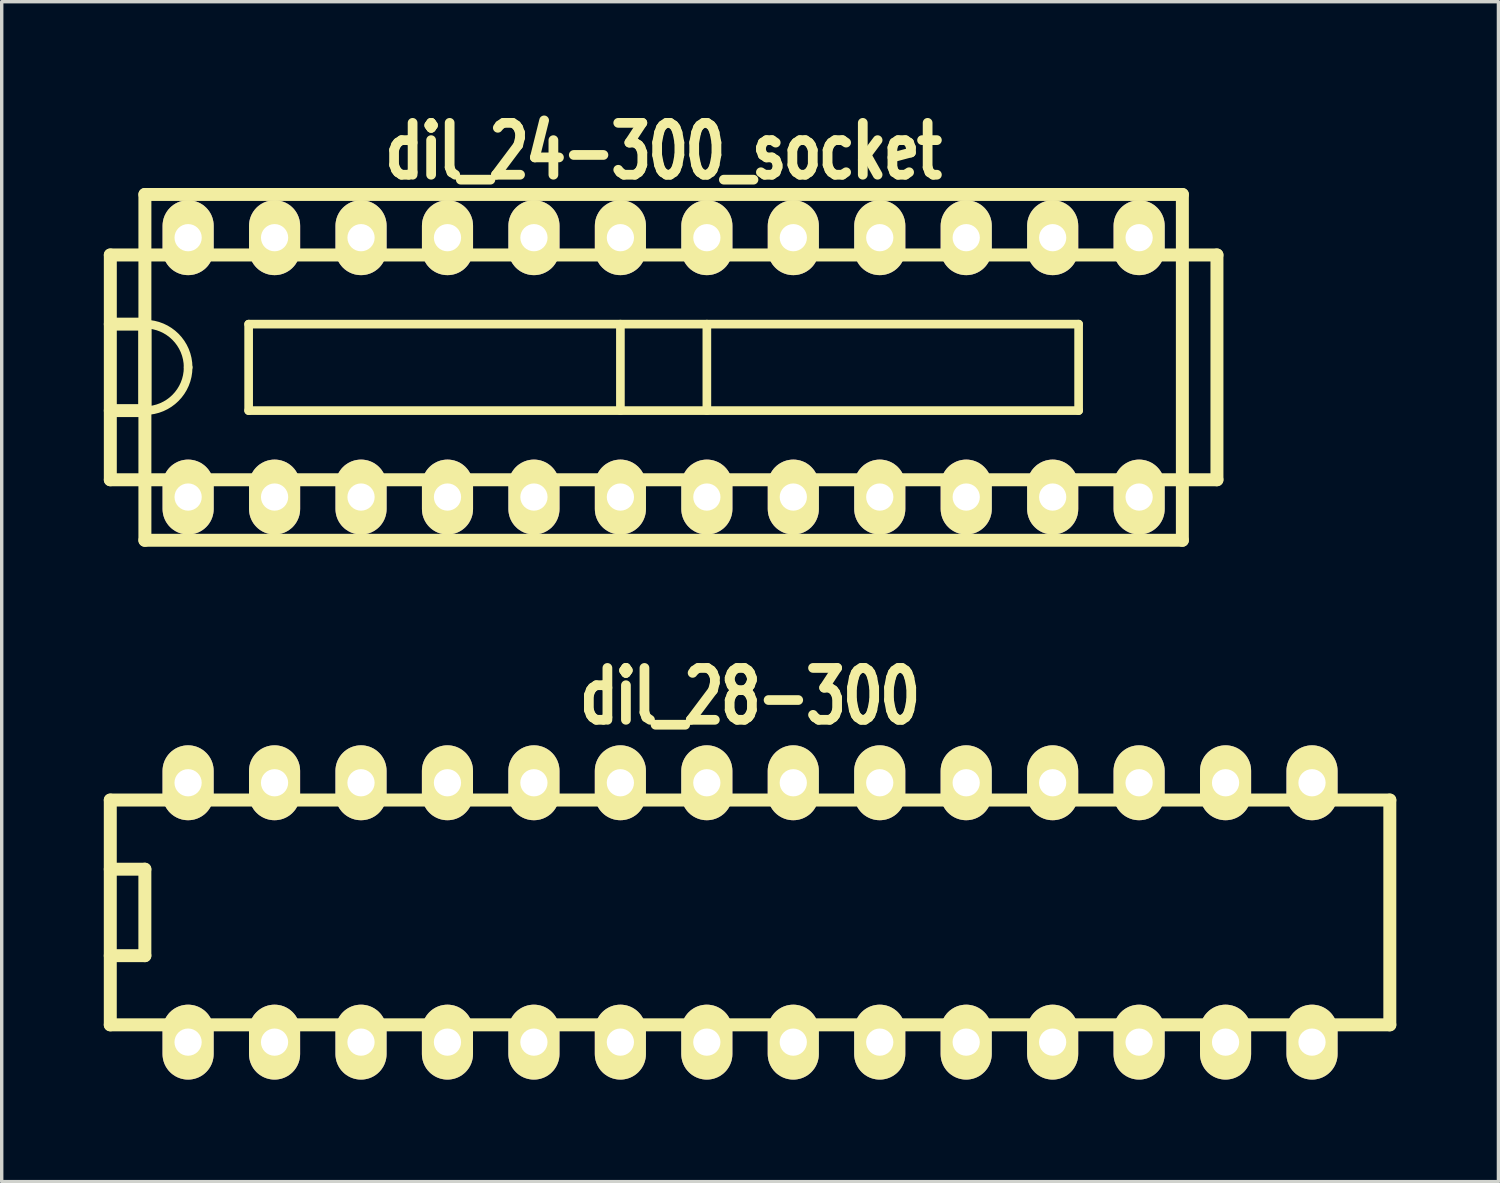
<source format=kicad_pcb>
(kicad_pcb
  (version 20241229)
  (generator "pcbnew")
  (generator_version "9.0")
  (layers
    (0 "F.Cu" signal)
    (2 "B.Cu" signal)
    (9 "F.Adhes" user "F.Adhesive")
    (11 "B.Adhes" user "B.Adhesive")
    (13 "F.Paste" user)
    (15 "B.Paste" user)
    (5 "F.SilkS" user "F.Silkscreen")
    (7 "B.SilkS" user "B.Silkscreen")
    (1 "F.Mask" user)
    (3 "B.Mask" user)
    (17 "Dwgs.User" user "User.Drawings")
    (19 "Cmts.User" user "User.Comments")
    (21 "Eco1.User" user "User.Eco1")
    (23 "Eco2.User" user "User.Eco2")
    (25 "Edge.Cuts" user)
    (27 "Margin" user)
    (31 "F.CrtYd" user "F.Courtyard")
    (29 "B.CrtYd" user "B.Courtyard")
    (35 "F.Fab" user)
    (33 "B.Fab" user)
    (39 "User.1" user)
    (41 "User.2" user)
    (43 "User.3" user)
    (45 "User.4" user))
  (footprint "dil_24-300_socket"
    (layer "F.Cu")
    (at 16.447 7.743)
    (property "Reference" "dil_24-300_socket" (at 0 -6.35 0) (layer "F.SilkS") (effects (font (size 1.524 1.143) (thickness 0.287))))
    (attr through_hole)
    (fp_line (start -16.256 -3.302) (end 16.256 -3.302) (stroke (width 0.381) (type solid)) (layer "F.SilkS"))
    (fp_line (start -16.256 3.302) (end -16.256 -3.302) (stroke (width 0.381) (type solid)) (layer "F.SilkS"))
    (fp_line (start -15.24 -5.08) (end 15.24 -5.08) (stroke (width 0.381) (type solid)) (layer "F.SilkS"))
    (fp_line (start -15.24 -1.27) (end -16.256 -1.27) (stroke (width 0.381) (type solid)) (layer "F.SilkS"))
    (fp_line (start -15.24 -1.27) (end -15.24 1.27) (stroke (width 0.381) (type solid)) (layer "F.SilkS"))
    (fp_line (start -15.24 1.27) (end -16.256 1.27) (stroke (width 0.381) (type solid)) (layer "F.SilkS"))
    (fp_line (start -15.24 5.08) (end -15.24 -5.08) (stroke (width 0.381) (type solid)) (layer "F.SilkS"))
    (fp_line (start -15.24 5.08) (end 15.24 5.08) (stroke (width 0.381) (type solid)) (layer "F.SilkS"))
    (fp_line (start -12.192 -1.27) (end -12.192 1.27) (stroke (width 0.254) (type solid)) (layer "F.SilkS"))
    (fp_line (start -12.192 -1.27) (end 12.192 -1.27) (stroke (width 0.254) (type solid)) (layer "F.SilkS"))
    (fp_line (start -1.27 -1.27) (end -1.27 1.27) (stroke (width 0.254) (type solid)) (layer "F.SilkS"))
    (fp_line (start 1.27 -1.27) (end 1.27 1.27) (stroke (width 0.254) (type solid)) (layer "F.SilkS"))
    (fp_line (start 12.192 1.27) (end -12.192 1.27) (stroke (width 0.254) (type solid)) (layer "F.SilkS"))
    (fp_line (start 12.192 1.27) (end 12.192 -1.27) (stroke (width 0.254) (type solid)) (layer "F.SilkS"))
    (fp_line (start 15.24 -5.08) (end 15.24 5.08) (stroke (width 0.381) (type solid)) (layer "F.SilkS"))
    (fp_line (start 16.256 -3.302) (end 16.256 3.302) (stroke (width 0.381) (type solid)) (layer "F.SilkS"))
    (fp_line (start 16.256 3.302) (end -16.256 3.302) (stroke (width 0.381) (type solid)) (layer "F.SilkS"))
    (fp_arc (start -15.24 -1.27) (mid -14.341974 -0.898026) (end -13.97 0) (stroke (width 0.254) (type solid)) (layer "F.SilkS"))
    (fp_arc (start -13.97 0) (mid -14.341974 0.898026) (end -15.24 1.27) (stroke (width 0.254) (type solid)) (layer "F.SilkS"))
    (pad "1" thru_hole oval (at -13.97 3.81) (size 1.501 2.2) (drill 0.8) (layers "*.Cu" "*.Mask" "F.SilkS"))
    (pad "2" thru_hole oval (at -11.43 3.81) (size 1.501 2.2) (drill 0.8) (layers "*.Cu" "*.Mask" "F.SilkS"))
    (pad "3" thru_hole oval (at -8.89 3.81) (size 1.501 2.2) (drill 0.8) (layers "*.Cu" "*.Mask" "F.SilkS"))
    (pad "4" thru_hole oval (at -6.35 3.81) (size 1.501 2.2) (drill 0.8) (layers "*.Cu" "*.Mask" "F.SilkS"))
    (pad "5" thru_hole oval (at -3.81 3.81) (size 1.501 2.2) (drill 0.8) (layers "*.Cu" "*.Mask" "F.SilkS"))
    (pad "6" thru_hole oval (at -1.27 3.81) (size 1.501 2.2) (drill 0.8) (layers "*.Cu" "*.Mask" "F.SilkS"))
    (pad "7" thru_hole oval (at 1.27 3.81) (size 1.501 2.2) (drill 0.8) (layers "*.Cu" "*.Mask" "F.SilkS"))
    (pad "8" thru_hole oval (at 3.81 3.81) (size 1.501 2.2) (drill 0.8) (layers "*.Cu" "*.Mask" "F.SilkS"))
    (pad "9" thru_hole oval (at 6.35 3.81) (size 1.501 2.2) (drill 0.8) (layers "*.Cu" "*.Mask" "F.SilkS"))
    (pad "10" thru_hole oval (at 8.89 3.81) (size 1.501 2.2) (drill 0.8) (layers "*.Cu" "*.Mask" "F.SilkS"))
    (pad "11" thru_hole oval (at 11.43 3.81) (size 1.501 2.2) (drill 0.8) (layers "*.Cu" "*.Mask" "F.SilkS"))
    (pad "12" thru_hole oval (at 13.97 3.81) (size 1.501 2.2) (drill 0.8) (layers "*.Cu" "*.Mask" "F.SilkS"))
    (pad "13" thru_hole oval (at 13.97 -3.81) (size 1.501 2.2) (drill 0.8) (layers "*.Cu" "*.Mask" "F.SilkS"))
    (pad "14" thru_hole oval (at 11.43 -3.81) (size 1.501 2.2) (drill 0.8) (layers "*.Cu" "*.Mask" "F.SilkS"))
    (pad "15" thru_hole oval (at 8.89 -3.81) (size 1.501 2.2) (drill 0.8) (layers "*.Cu" "*.Mask" "F.SilkS"))
    (pad "16" thru_hole oval (at 6.35 -3.81) (size 1.501 2.2) (drill 0.8) (layers "*.Cu" "*.Mask" "F.SilkS"))
    (pad "17" thru_hole oval (at 3.81 -3.81) (size 1.501 2.2) (drill 0.8) (layers "*.Cu" "*.Mask" "F.SilkS"))
    (pad "18" thru_hole oval (at 1.27 -3.81) (size 1.501 2.2) (drill 0.8) (layers "*.Cu" "*.Mask" "F.SilkS"))
    (pad "19" thru_hole oval (at -1.27 -3.81) (size 1.501 2.2) (drill 0.8) (layers "*.Cu" "*.Mask" "F.SilkS"))
    (pad "20" thru_hole oval (at -3.81 -3.81) (size 1.501 2.2) (drill 0.8) (layers "*.Cu" "*.Mask" "F.SilkS"))
    (pad "21" thru_hole oval (at -6.35 -3.81) (size 1.501 2.2) (drill 0.8) (layers "*.Cu" "*.Mask" "F.SilkS"))
    (pad "22" thru_hole oval (at -8.89 -3.81) (size 1.501 2.2) (drill 0.8) (layers "*.Cu" "*.Mask" "F.SilkS"))
    (pad "23" thru_hole oval (at -11.43 -3.81) (size 1.501 2.2) (drill 0.8) (layers "*.Cu" "*.Mask" "F.SilkS"))
    (pad "24" thru_hole oval (at -13.97 -3.81) (size 1.501 2.2) (drill 0.8) (layers "*.Cu" "*.Mask" "F.SilkS")))
  (footprint "dil_28-300"
    (layer "F.Cu")
    (at 18.986 23.757)
    (property "Reference" "dil_28-300" (at 0 -6.35 0) (layer "F.SilkS") (effects (font (size 1.524 1.143) (thickness 0.287))))
    (attr through_hole)
    (fp_line (start -18.796 3.302) (end -18.796 -3.302) (stroke (width 0.381) (type solid)) (layer "F.SilkS"))
    (fp_line (start -17.78 -1.27) (end -18.796 -1.27) (stroke (width 0.381) (type solid)) (layer "F.SilkS"))
    (fp_line (start -17.78 -1.27) (end -17.78 1.27) (stroke (width 0.381) (type solid)) (layer "F.SilkS"))
    (fp_line (start -17.78 1.27) (end -18.796 1.27) (stroke (width 0.381) (type solid)) (layer "F.SilkS"))
    (fp_line (start 18.796 -3.302) (end -18.796 -3.302) (stroke (width 0.381) (type solid)) (layer "F.SilkS"))
    (fp_line (start 18.796 -3.302) (end 18.796 3.302) (stroke (width 0.381) (type solid)) (layer "F.SilkS"))
    (fp_line (start 18.796 3.302) (end -18.796 3.302) (stroke (width 0.381) (type solid)) (layer "F.SilkS"))
    (pad "1" thru_hole oval (at -16.51 3.81) (size 1.501 2.2) (drill 0.8) (layers "*.Cu" "*.Mask" "F.SilkS"))
    (pad "2" thru_hole oval (at -13.97 3.81) (size 1.501 2.2) (drill 0.8) (layers "*.Cu" "*.Mask" "F.SilkS"))
    (pad "3" thru_hole oval (at -11.43 3.81) (size 1.501 2.2) (drill 0.8) (layers "*.Cu" "*.Mask" "F.SilkS"))
    (pad "4" thru_hole oval (at -8.89 3.81) (size 1.501 2.2) (drill 0.8) (layers "*.Cu" "*.Mask" "F.SilkS"))
    (pad "5" thru_hole oval (at -6.35 3.81) (size 1.501 2.2) (drill 0.8) (layers "*.Cu" "*.Mask" "F.SilkS"))
    (pad "6" thru_hole oval (at -3.81 3.81) (size 1.501 2.2) (drill 0.8) (layers "*.Cu" "*.Mask" "F.SilkS"))
    (pad "7" thru_hole oval (at -1.27 3.81) (size 1.501 2.2) (drill 0.8) (layers "*.Cu" "*.Mask" "F.SilkS"))
    (pad "8" thru_hole oval (at 1.27 3.81) (size 1.501 2.2) (drill 0.8) (layers "*.Cu" "*.Mask" "F.SilkS"))
    (pad "9" thru_hole oval (at 3.81 3.81) (size 1.501 2.2) (drill 0.8) (layers "*.Cu" "*.Mask" "F.SilkS"))
    (pad "10" thru_hole oval (at 6.35 3.81) (size 1.501 2.2) (drill 0.8) (layers "*.Cu" "*.Mask" "F.SilkS"))
    (pad "11" thru_hole oval (at 8.89 3.81) (size 1.501 2.2) (drill 0.8) (layers "*.Cu" "*.Mask" "F.SilkS"))
    (pad "12" thru_hole oval (at 11.43 3.81) (size 1.501 2.2) (drill 0.8) (layers "*.Cu" "*.Mask" "F.SilkS"))
    (pad "13" thru_hole oval (at 13.97 3.81) (size 1.501 2.2) (drill 0.8) (layers "*.Cu" "*.Mask" "F.SilkS"))
    (pad "14" thru_hole oval (at 16.51 3.81) (size 1.501 2.2) (drill 0.8) (layers "*.Cu" "*.Mask" "F.SilkS"))
    (pad "15" thru_hole oval (at 16.51 -3.81) (size 1.501 2.2) (drill 0.8) (layers "*.Cu" "*.Mask" "F.SilkS"))
    (pad "16" thru_hole oval (at 13.97 -3.81) (size 1.501 2.2) (drill 0.8) (layers "*.Cu" "*.Mask" "F.SilkS"))
    (pad "17" thru_hole oval (at 11.43 -3.81) (size 1.501 2.2) (drill 0.8) (layers "*.Cu" "*.Mask" "F.SilkS"))
    (pad "18" thru_hole oval (at 8.89 -3.81) (size 1.501 2.2) (drill 0.8) (layers "*.Cu" "*.Mask" "F.SilkS"))
    (pad "19" thru_hole oval (at 6.35 -3.81) (size 1.501 2.2) (drill 0.8) (layers "*.Cu" "*.Mask" "F.SilkS"))
    (pad "20" thru_hole oval (at 3.81 -3.81) (size 1.501 2.2) (drill 0.8) (layers "*.Cu" "*.Mask" "F.SilkS"))
    (pad "21" thru_hole oval (at 1.27 -3.81) (size 1.501 2.2) (drill 0.8) (layers "*.Cu" "*.Mask" "F.SilkS"))
    (pad "22" thru_hole oval (at -1.27 -3.81) (size 1.501 2.2) (drill 0.8) (layers "*.Cu" "*.Mask" "F.SilkS"))
    (pad "23" thru_hole oval (at -3.81 -3.81) (size 1.501 2.2) (drill 0.8) (layers "*.Cu" "*.Mask" "F.SilkS"))
    (pad "24" thru_hole oval (at -6.35 -3.81) (size 1.501 2.2) (drill 0.8) (layers "*.Cu" "*.Mask" "F.SilkS"))
    (pad "25" thru_hole oval (at -8.89 -3.81) (size 1.501 2.2) (drill 0.8) (layers "*.Cu" "*.Mask" "F.SilkS"))
    (pad "26" thru_hole oval (at -11.43 -3.81) (size 1.501 2.2) (drill 0.8) (layers "*.Cu" "*.Mask" "F.SilkS"))
    (pad "27" thru_hole oval (at -13.97 -3.81) (size 1.501 2.2) (drill 0.8) (layers "*.Cu" "*.Mask" "F.SilkS"))
    (pad "28" thru_hole oval (at -16.51 -3.81) (size 1.501 2.2) (drill 0.8) (layers "*.Cu" "*.Mask" "F.SilkS")))
  (gr_rect
    (start -3 -3)
    (end 40.973 31.666)
    (stroke (width 0.1) (type default))
    (fill no)
    (layer "Edge.Cuts")))
</source>
